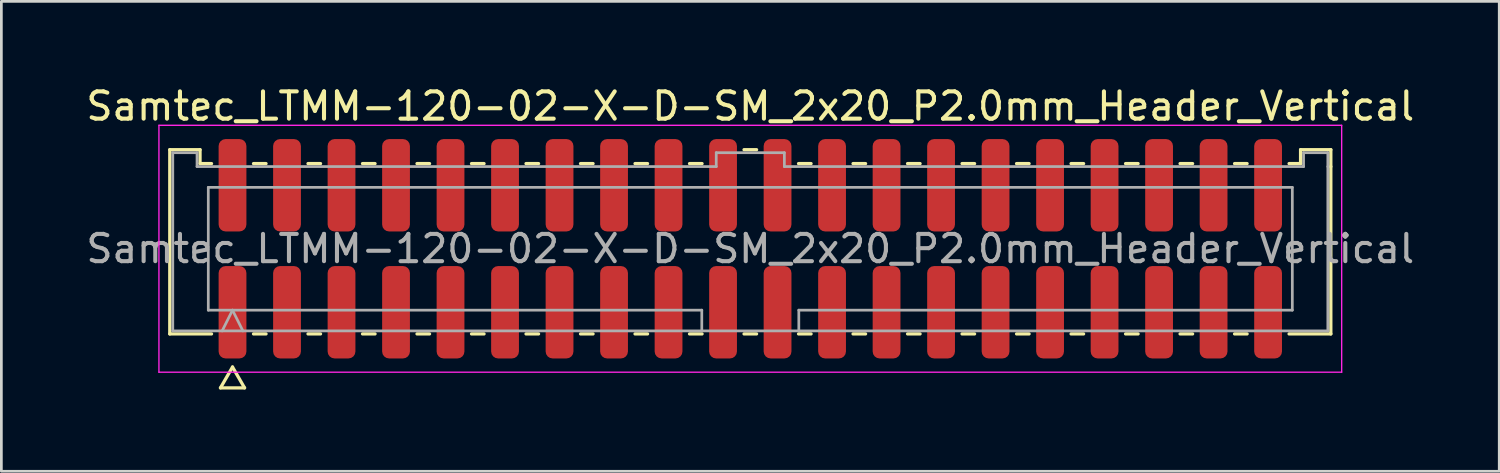
<source format=kicad_pcb>
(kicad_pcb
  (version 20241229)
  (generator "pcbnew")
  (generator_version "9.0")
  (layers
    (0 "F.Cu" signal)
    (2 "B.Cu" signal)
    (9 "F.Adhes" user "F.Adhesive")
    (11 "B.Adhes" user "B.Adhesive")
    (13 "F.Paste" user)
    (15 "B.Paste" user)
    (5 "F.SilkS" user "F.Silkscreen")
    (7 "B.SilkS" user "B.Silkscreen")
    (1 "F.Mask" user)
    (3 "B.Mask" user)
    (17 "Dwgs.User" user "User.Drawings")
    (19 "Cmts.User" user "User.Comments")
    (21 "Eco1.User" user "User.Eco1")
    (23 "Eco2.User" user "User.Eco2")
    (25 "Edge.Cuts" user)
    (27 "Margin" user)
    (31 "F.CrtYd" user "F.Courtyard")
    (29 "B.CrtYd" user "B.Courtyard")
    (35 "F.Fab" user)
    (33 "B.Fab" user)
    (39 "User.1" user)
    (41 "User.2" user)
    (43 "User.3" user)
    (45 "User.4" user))
  (footprint "Samtec_LTMM-120-02-X-D-SM_2x20_P2.0mm_Header_Vertical"
    (layer "F.Cu")
    (at 24.482 6.078)
    (property "Reference" "Samtec_LTMM-120-02-X-D-SM_2x20_P2.0mm_Header_Vertical" (at 0 -5.23 0) (layer "F.SilkS") (effects (font (size 1 1) (thickness 0.15))))
    (attr smd)
    (fp_line (start -21.302 -3.635) (end -20.192 -3.635) (stroke (width 0.12) (type solid)) (layer "F.SilkS"))
    (fp_line (start -21.302 3.125) (end -21.302 -3.635) (stroke (width 0.12) (type solid)) (layer "F.SilkS"))
    (fp_line (start -20.192 -3.635) (end -20.192 -3.125) (stroke (width 0.12) (type solid)) (layer "F.SilkS"))
    (fp_line (start -20.192 -3.125) (end -19.77 -3.125) (stroke (width 0.12) (type solid)) (layer "F.SilkS"))
    (fp_line (start -19.77 3.125) (end -21.302 3.125) (stroke (width 0.12) (type solid)) (layer "F.SilkS"))
    (fp_line (start -19.442 5.105) (end -19 4.34) (stroke (width 0.12) (type solid)) (layer "F.SilkS"))
    (fp_line (start -19 4.34) (end -18.558 5.105) (stroke (width 0.12) (type solid)) (layer "F.SilkS"))
    (fp_line (start -18.558 5.105) (end -19.442 5.105) (stroke (width 0.12) (type solid)) (layer "F.SilkS"))
    (fp_line (start -18.23 -3.125) (end -17.77 -3.125) (stroke (width 0.12) (type solid)) (layer "F.SilkS"))
    (fp_line (start -17.77 3.125) (end -18.23 3.125) (stroke (width 0.12) (type solid)) (layer "F.SilkS"))
    (fp_line (start -16.23 -3.125) (end -15.77 -3.125) (stroke (width 0.12) (type solid)) (layer "F.SilkS"))
    (fp_line (start -15.77 3.125) (end -16.23 3.125) (stroke (width 0.12) (type solid)) (layer "F.SilkS"))
    (fp_line (start -14.23 -3.125) (end -13.77 -3.125) (stroke (width 0.12) (type solid)) (layer "F.SilkS"))
    (fp_line (start -13.77 3.125) (end -14.23 3.125) (stroke (width 0.12) (type solid)) (layer "F.SilkS"))
    (fp_line (start -12.23 -3.125) (end -11.77 -3.125) (stroke (width 0.12) (type solid)) (layer "F.SilkS"))
    (fp_line (start -11.77 3.125) (end -12.23 3.125) (stroke (width 0.12) (type solid)) (layer "F.SilkS"))
    (fp_line (start -10.23 -3.125) (end -9.77 -3.125) (stroke (width 0.12) (type solid)) (layer "F.SilkS"))
    (fp_line (start -9.77 3.125) (end -10.23 3.125) (stroke (width 0.12) (type solid)) (layer "F.SilkS"))
    (fp_line (start -8.23 -3.125) (end -7.77 -3.125) (stroke (width 0.12) (type solid)) (layer "F.SilkS"))
    (fp_line (start -7.77 3.125) (end -8.23 3.125) (stroke (width 0.12) (type solid)) (layer "F.SilkS"))
    (fp_line (start -6.23 -3.125) (end -5.77 -3.125) (stroke (width 0.12) (type solid)) (layer "F.SilkS"))
    (fp_line (start -5.77 3.125) (end -6.23 3.125) (stroke (width 0.12) (type solid)) (layer "F.SilkS"))
    (fp_line (start -4.23 -3.125) (end -3.77 -3.125) (stroke (width 0.12) (type solid)) (layer "F.SilkS"))
    (fp_line (start -3.77 3.125) (end -4.23 3.125) (stroke (width 0.12) (type solid)) (layer "F.SilkS"))
    (fp_line (start -2.23 -3.125) (end -1.77 -3.125) (stroke (width 0.12) (type solid)) (layer "F.SilkS"))
    (fp_line (start -1.77 3.125) (end -2.23 3.125) (stroke (width 0.12) (type solid)) (layer "F.SilkS"))
    (fp_line (start -0.23 -3.635) (end 0.23 -3.635) (stroke (width 0.12) (type solid)) (layer "F.SilkS"))
    (fp_line (start 0.23 3.125) (end -0.23 3.125) (stroke (width 0.12) (type solid)) (layer "F.SilkS"))
    (fp_line (start 1.77 -3.125) (end 2.23 -3.125) (stroke (width 0.12) (type solid)) (layer "F.SilkS"))
    (fp_line (start 2.23 3.125) (end 1.77 3.125) (stroke (width 0.12) (type solid)) (layer "F.SilkS"))
    (fp_line (start 3.77 -3.125) (end 4.23 -3.125) (stroke (width 0.12) (type solid)) (layer "F.SilkS"))
    (fp_line (start 4.23 3.125) (end 3.77 3.125) (stroke (width 0.12) (type solid)) (layer "F.SilkS"))
    (fp_line (start 5.77 -3.125) (end 6.23 -3.125) (stroke (width 0.12) (type solid)) (layer "F.SilkS"))
    (fp_line (start 6.23 3.125) (end 5.77 3.125) (stroke (width 0.12) (type solid)) (layer "F.SilkS"))
    (fp_line (start 7.77 -3.125) (end 8.23 -3.125) (stroke (width 0.12) (type solid)) (layer "F.SilkS"))
    (fp_line (start 8.23 3.125) (end 7.77 3.125) (stroke (width 0.12) (type solid)) (layer "F.SilkS"))
    (fp_line (start 9.77 -3.125) (end 10.23 -3.125) (stroke (width 0.12) (type solid)) (layer "F.SilkS"))
    (fp_line (start 10.23 3.125) (end 9.77 3.125) (stroke (width 0.12) (type solid)) (layer "F.SilkS"))
    (fp_line (start 11.77 -3.125) (end 12.23 -3.125) (stroke (width 0.12) (type solid)) (layer "F.SilkS"))
    (fp_line (start 12.23 3.125) (end 11.77 3.125) (stroke (width 0.12) (type solid)) (layer "F.SilkS"))
    (fp_line (start 13.77 -3.125) (end 14.23 -3.125) (stroke (width 0.12) (type solid)) (layer "F.SilkS"))
    (fp_line (start 14.23 3.125) (end 13.77 3.125) (stroke (width 0.12) (type solid)) (layer "F.SilkS"))
    (fp_line (start 15.77 -3.125) (end 16.23 -3.125) (stroke (width 0.12) (type solid)) (layer "F.SilkS"))
    (fp_line (start 16.23 3.125) (end 15.77 3.125) (stroke (width 0.12) (type solid)) (layer "F.SilkS"))
    (fp_line (start 17.77 -3.125) (end 18.23 -3.125) (stroke (width 0.12) (type solid)) (layer "F.SilkS"))
    (fp_line (start 18.23 3.125) (end 17.77 3.125) (stroke (width 0.12) (type solid)) (layer "F.SilkS"))
    (fp_line (start 19.77 -3.125) (end 20.192 -3.125) (stroke (width 0.12) (type solid)) (layer "F.SilkS"))
    (fp_line (start 20.192 -3.635) (end 21.302 -3.635) (stroke (width 0.12) (type solid)) (layer "F.SilkS"))
    (fp_line (start 20.192 -3.125) (end 20.192 -3.635) (stroke (width 0.12) (type solid)) (layer "F.SilkS"))
    (fp_line (start 21.302 -3.635) (end 21.302 -3.015) (stroke (width 0.12) (type solid)) (layer "F.SilkS"))
    (fp_line (start 21.302 -3.015) (end 21.302 3.125) (stroke (width 0.12) (type solid)) (layer "F.SilkS"))
    (fp_line (start 21.302 3.125) (end 19.77 3.125) (stroke (width 0.12) (type solid)) (layer "F.SilkS"))
    (fp_line (start -21.7 -4.53) (end -21.7 4.53) (stroke (width 0.05) (type solid)) (layer "F.CrtYd"))
    (fp_line (start -21.7 4.53) (end 21.7 4.53) (stroke (width 0.05) (type solid)) (layer "F.CrtYd"))
    (fp_line (start 21.7 -4.53) (end -21.7 -4.53) (stroke (width 0.05) (type solid)) (layer "F.CrtYd"))
    (fp_line (start 21.7 4.53) (end 21.7 -4.53) (stroke (width 0.05) (type solid)) (layer "F.CrtYd"))
    (fp_line (start -21.192 -3.525) (end -20.302 -3.525) (stroke (width 0.1) (type solid)) (layer "F.Fab"))
    (fp_line (start -21.192 3.015) (end -21.192 -3.525) (stroke (width 0.1) (type solid)) (layer "F.Fab"))
    (fp_line (start -20.302 -3.525) (end -20.302 -3.015) (stroke (width 0.1) (type solid)) (layer "F.Fab"))
    (fp_line (start -20.302 -3.015) (end -1.25 -3.015) (stroke (width 0.1) (type solid)) (layer "F.Fab"))
    (fp_line (start -19.889 -2.253) (end 19.889 -2.253) (stroke (width 0.1) (type solid)) (layer "F.Fab"))
    (fp_line (start -19.889 2.253) (end -19.889 -2.253) (stroke (width 0.1) (type solid)) (layer "F.Fab"))
    (fp_line (start -19.381 3.015) (end -19 2.253) (stroke (width 0.1) (type solid)) (layer "F.Fab"))
    (fp_line (start -19 2.253) (end -18.619 3.015) (stroke (width 0.1) (type solid)) (layer "F.Fab"))
    (fp_line (start -1.78 2.253) (end -19.889 2.253) (stroke (width 0.1) (type solid)) (layer "F.Fab"))
    (fp_line (start -1.78 3.015) (end -1.78 2.253) (stroke (width 0.1) (type solid)) (layer "F.Fab"))
    (fp_line (start -1.25 -3.525) (end 1.25 -3.525) (stroke (width 0.1) (type solid)) (layer "F.Fab"))
    (fp_line (start -1.25 -3.015) (end -1.25 -3.525) (stroke (width 0.1) (type solid)) (layer "F.Fab"))
    (fp_line (start 1.25 -3.525) (end 1.25 -3.015) (stroke (width 0.1) (type solid)) (layer "F.Fab"))
    (fp_line (start 1.25 -3.015) (end 20.302 -3.015) (stroke (width 0.1) (type solid)) (layer "F.Fab"))
    (fp_line (start 1.78 2.253) (end 1.78 3.015) (stroke (width 0.1) (type solid)) (layer "F.Fab"))
    (fp_line (start 19.889 -2.253) (end 19.889 2.253) (stroke (width 0.1) (type solid)) (layer "F.Fab"))
    (fp_line (start 19.889 2.253) (end 1.78 2.253) (stroke (width 0.1) (type solid)) (layer "F.Fab"))
    (fp_line (start 20.302 -3.525) (end 21.192 -3.525) (stroke (width 0.1) (type solid)) (layer "F.Fab"))
    (fp_line (start 20.302 -3.015) (end 20.302 -3.525) (stroke (width 0.1) (type solid)) (layer "F.Fab"))
    (fp_line (start 21.192 -3.525) (end 21.192 -3.015) (stroke (width 0.1) (type solid)) (layer "F.Fab"))
    (fp_line (start 21.192 -3.015) (end 21.192 3.015) (stroke (width 0.1) (type solid)) (layer "F.Fab"))
    (fp_line (start 21.192 3.015) (end -21.192 3.015) (stroke (width 0.1) (type solid)) (layer "F.Fab"))
    (fp_text user "${REFERENCE}" (at 0 0 0) (layer "F.Fab") (effects (font (size 1 1) (thickness 0.15))))
    (pad "1" smd roundrect (at -19 2.33) (size 1.02 3.39) (layers "F.Cu" "F.Mask" "F.Paste") (roundrect_rratio 0.25))
    (pad "2" smd roundrect (at -19 -2.33) (size 1.02 3.39) (layers "F.Cu" "F.Mask" "F.Paste") (roundrect_rratio 0.25))
    (pad "3" smd roundrect (at -17 2.33) (size 1.02 3.39) (layers "F.Cu" "F.Mask" "F.Paste") (roundrect_rratio 0.25))
    (pad "4" smd roundrect (at -17 -2.33) (size 1.02 3.39) (layers "F.Cu" "F.Mask" "F.Paste") (roundrect_rratio 0.25))
    (pad "5" smd roundrect (at -15 2.33) (size 1.02 3.39) (layers "F.Cu" "F.Mask" "F.Paste") (roundrect_rratio 0.25))
    (pad "6" smd roundrect (at -15 -2.33) (size 1.02 3.39) (layers "F.Cu" "F.Mask" "F.Paste") (roundrect_rratio 0.25))
    (pad "7" smd roundrect (at -13 2.33) (size 1.02 3.39) (layers "F.Cu" "F.Mask" "F.Paste") (roundrect_rratio 0.25))
    (pad "8" smd roundrect (at -13 -2.33) (size 1.02 3.39) (layers "F.Cu" "F.Mask" "F.Paste") (roundrect_rratio 0.25))
    (pad "9" smd roundrect (at -11 2.33) (size 1.02 3.39) (layers "F.Cu" "F.Mask" "F.Paste") (roundrect_rratio 0.25))
    (pad "10" smd roundrect (at -11 -2.33) (size 1.02 3.39) (layers "F.Cu" "F.Mask" "F.Paste") (roundrect_rratio 0.25))
    (pad "11" smd roundrect (at -9 2.33) (size 1.02 3.39) (layers "F.Cu" "F.Mask" "F.Paste") (roundrect_rratio 0.25))
    (pad "12" smd roundrect (at -9 -2.33) (size 1.02 3.39) (layers "F.Cu" "F.Mask" "F.Paste") (roundrect_rratio 0.25))
    (pad "13" smd roundrect (at -7 2.33) (size 1.02 3.39) (layers "F.Cu" "F.Mask" "F.Paste") (roundrect_rratio 0.25))
    (pad "14" smd roundrect (at -7 -2.33) (size 1.02 3.39) (layers "F.Cu" "F.Mask" "F.Paste") (roundrect_rratio 0.25))
    (pad "15" smd roundrect (at -5 2.33) (size 1.02 3.39) (layers "F.Cu" "F.Mask" "F.Paste") (roundrect_rratio 0.25))
    (pad "16" smd roundrect (at -5 -2.33) (size 1.02 3.39) (layers "F.Cu" "F.Mask" "F.Paste") (roundrect_rratio 0.25))
    (pad "17" smd roundrect (at -3 2.33) (size 1.02 3.39) (layers "F.Cu" "F.Mask" "F.Paste") (roundrect_rratio 0.25))
    (pad "18" smd roundrect (at -3 -2.33) (size 1.02 3.39) (layers "F.Cu" "F.Mask" "F.Paste") (roundrect_rratio 0.25))
    (pad "19" smd roundrect (at -1 2.33) (size 1.02 3.39) (layers "F.Cu" "F.Mask" "F.Paste") (roundrect_rratio 0.25))
    (pad "20" smd roundrect (at -1 -2.33) (size 1.02 3.39) (layers "F.Cu" "F.Mask" "F.Paste") (roundrect_rratio 0.25))
    (pad "21" smd roundrect (at 1 2.33) (size 1.02 3.39) (layers "F.Cu" "F.Mask" "F.Paste") (roundrect_rratio 0.25))
    (pad "22" smd roundrect (at 1 -2.33) (size 1.02 3.39) (layers "F.Cu" "F.Mask" "F.Paste") (roundrect_rratio 0.25))
    (pad "23" smd roundrect (at 3 2.33) (size 1.02 3.39) (layers "F.Cu" "F.Mask" "F.Paste") (roundrect_rratio 0.25))
    (pad "24" smd roundrect (at 3 -2.33) (size 1.02 3.39) (layers "F.Cu" "F.Mask" "F.Paste") (roundrect_rratio 0.25))
    (pad "25" smd roundrect (at 5 2.33) (size 1.02 3.39) (layers "F.Cu" "F.Mask" "F.Paste") (roundrect_rratio 0.25))
    (pad "26" smd roundrect (at 5 -2.33) (size 1.02 3.39) (layers "F.Cu" "F.Mask" "F.Paste") (roundrect_rratio 0.25))
    (pad "27" smd roundrect (at 7 2.33) (size 1.02 3.39) (layers "F.Cu" "F.Mask" "F.Paste") (roundrect_rratio 0.25))
    (pad "28" smd roundrect (at 7 -2.33) (size 1.02 3.39) (layers "F.Cu" "F.Mask" "F.Paste") (roundrect_rratio 0.25))
    (pad "29" smd roundrect (at 9 2.33) (size 1.02 3.39) (layers "F.Cu" "F.Mask" "F.Paste") (roundrect_rratio 0.25))
    (pad "30" smd roundrect (at 9 -2.33) (size 1.02 3.39) (layers "F.Cu" "F.Mask" "F.Paste") (roundrect_rratio 0.25))
    (pad "31" smd roundrect (at 11 2.33) (size 1.02 3.39) (layers "F.Cu" "F.Mask" "F.Paste") (roundrect_rratio 0.25))
    (pad "32" smd roundrect (at 11 -2.33) (size 1.02 3.39) (layers "F.Cu" "F.Mask" "F.Paste") (roundrect_rratio 0.25))
    (pad "33" smd roundrect (at 13 2.33) (size 1.02 3.39) (layers "F.Cu" "F.Mask" "F.Paste") (roundrect_rratio 0.25))
    (pad "34" smd roundrect (at 13 -2.33) (size 1.02 3.39) (layers "F.Cu" "F.Mask" "F.Paste") (roundrect_rratio 0.25))
    (pad "35" smd roundrect (at 15 2.33) (size 1.02 3.39) (layers "F.Cu" "F.Mask" "F.Paste") (roundrect_rratio 0.25))
    (pad "36" smd roundrect (at 15 -2.33) (size 1.02 3.39) (layers "F.Cu" "F.Mask" "F.Paste") (roundrect_rratio 0.25))
    (pad "37" smd roundrect (at 17 2.33) (size 1.02 3.39) (layers "F.Cu" "F.Mask" "F.Paste") (roundrect_rratio 0.25))
    (pad "38" smd roundrect (at 17 -2.33) (size 1.02 3.39) (layers "F.Cu" "F.Mask" "F.Paste") (roundrect_rratio 0.25))
    (pad "39" smd roundrect (at 19 2.33) (size 1.02 3.39) (layers "F.Cu" "F.Mask" "F.Paste") (roundrect_rratio 0.25))
    (pad "40" smd roundrect (at 19 -2.33) (size 1.02 3.39) (layers "F.Cu" "F.Mask" "F.Paste") (roundrect_rratio 0.25)))
  (gr_rect
    (start -3 -3)
    (end 51.964 14.243)
    (stroke (width 0.1) (type default))
    (fill no)
    (layer "Edge.Cuts")))
</source>
